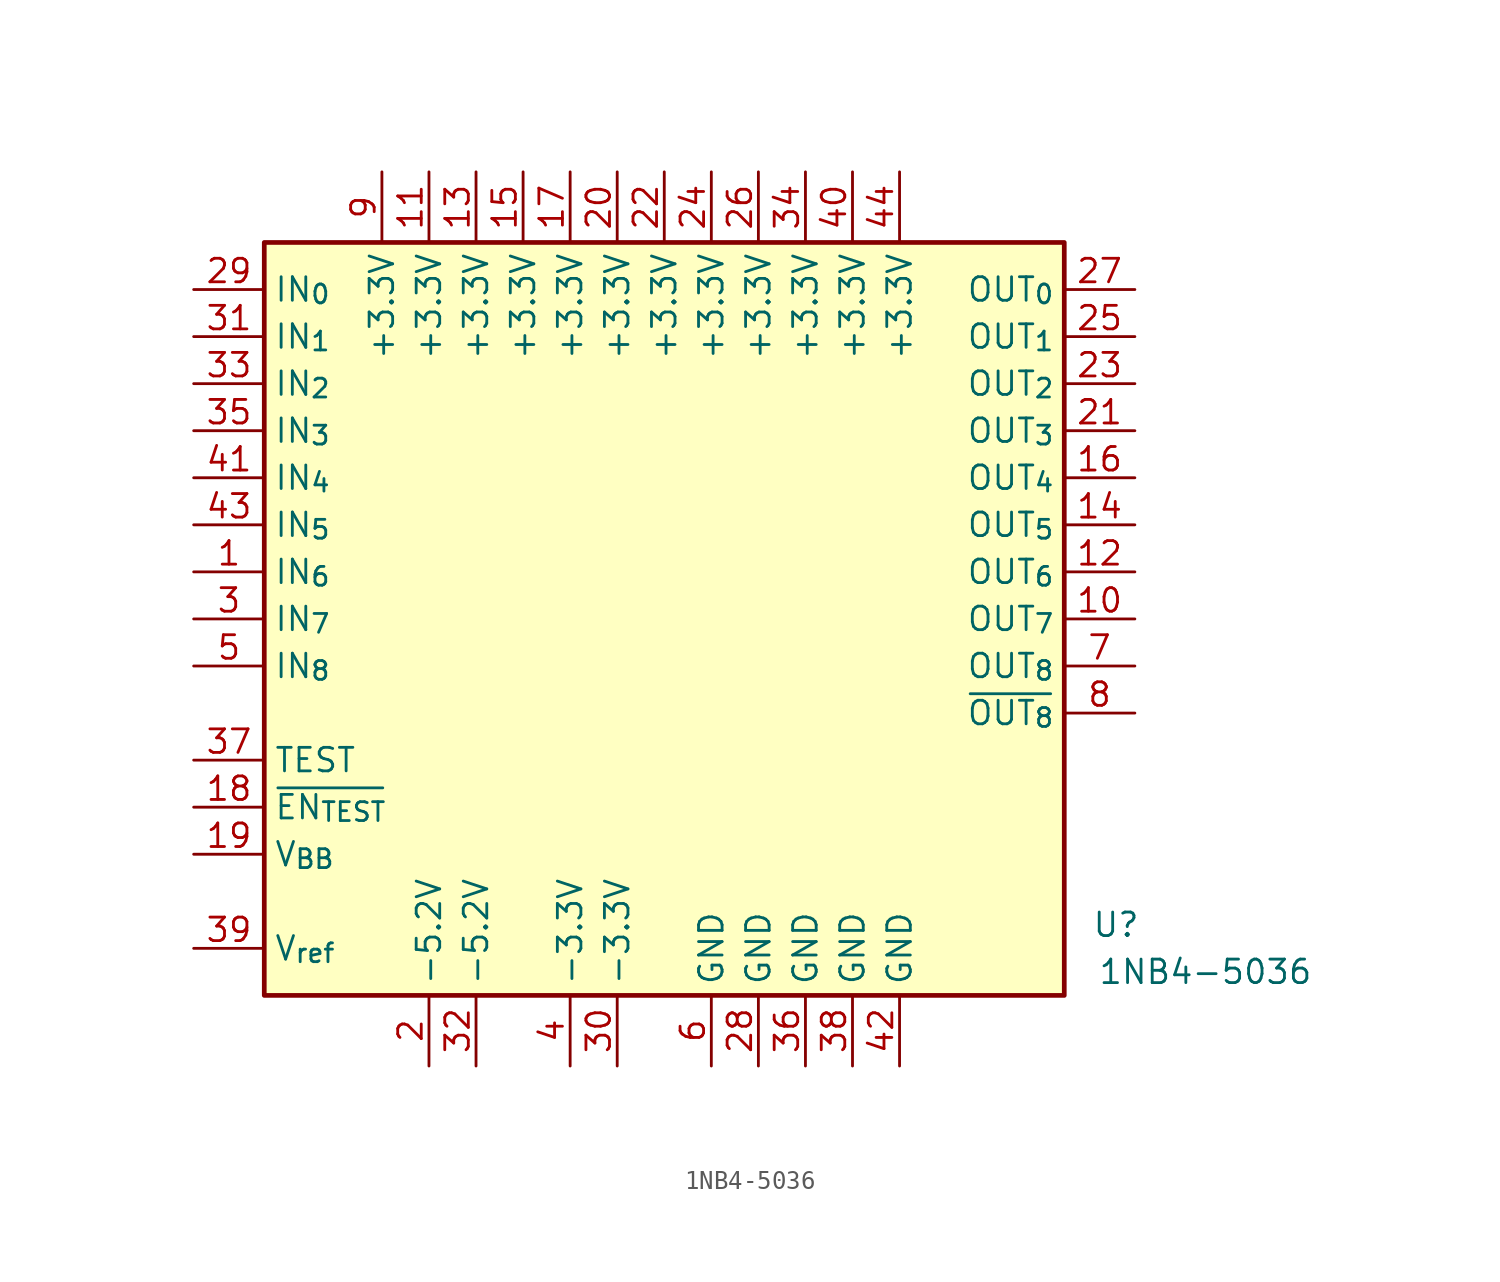
<source format=kicad_sym>
(kicad_symbol_lib
  (version 20231120)
  (generator "kicad_symbol_editor")
  (generator_version "8.0")
  (symbol "1NB4-5036"
    (property "Reference" "U"
      (at 24.384 -19.05 0)
      (effects (font (size 1.27 1.27))))
    (property "Value" "1NB4-5036"
      (at 29.21 -21.59 0)
      (effects (font (size 1.27 1.27))))
    (symbol "1NB4-5036_1_1"
      (rectangle (start -21.59 17.78) (end 21.59 -22.86) (stroke (width 0.254) (type default)) (fill (type background)))
      (pin input line (at -25.4 0 0) (length 3.81) (name "IN_{6}" (effects (font (size 1.27 1.27)))) (number "1" (effects (font (size 1.27 1.27)))))
      (pin output line (at 25.4 -2.54 180) (length 3.81) (name "OUT_{7}" (effects (font (size 1.27 1.27)))) (number "10" (effects (font (size 1.27 1.27)))))
      (pin power_in line (at -12.7 21.59 270) (length 3.81) (name "+3.3V" (effects (font (size 1.27 1.27)))) (number "11" (effects (font (size 1.27 1.27)))))
      (pin output line (at 25.4 0 180) (length 3.81) (name "OUT_{6}" (effects (font (size 1.27 1.27)))) (number "12" (effects (font (size 1.27 1.27)))))
      (pin power_in line (at -10.16 21.59 270) (length 3.81) (name "+3.3V" (effects (font (size 1.27 1.27)))) (number "13" (effects (font (size 1.27 1.27)))))
      (pin output line (at 25.4 2.54 180) (length 3.81) (name "OUT_{5}" (effects (font (size 1.27 1.27)))) (number "14" (effects (font (size 1.27 1.27)))))
      (pin power_in line (at -7.62 21.59 270) (length 3.81) (name "+3.3V" (effects (font (size 1.27 1.27)))) (number "15" (effects (font (size 1.27 1.27)))))
      (pin output line (at 25.4 5.08 180) (length 3.81) (name "OUT_{4}" (effects (font (size 1.27 1.27)))) (number "16" (effects (font (size 1.27 1.27)))))
      (pin power_in line (at -5.08 21.59 270) (length 3.81) (name "+3.3V" (effects (font (size 1.27 1.27)))) (number "17" (effects (font (size 1.27 1.27)))))
      (pin input line (at -25.4 -12.7 0) (length 3.81) (name "~{EN_{TEST}}" (effects (font (size 1.27 1.27)))) (number "18" (effects (font (size 1.27 1.27)))))
      (pin power_out line (at -25.4 -15.24 0) (length 3.81) (name "V_{BB}" (effects (font (size 1.27 1.27)))) (number "19" (effects (font (size 1.27 1.27)))))
      (pin power_in line (at -12.7 -26.67 90) (length 3.81) (name "-5.2V" (effects (font (size 1.27 1.27)))) (number "2" (effects (font (size 1.27 1.27)))))
      (pin power_in line (at -2.54 21.59 270) (length 3.81) (name "+3.3V" (effects (font (size 1.27 1.27)))) (number "20" (effects (font (size 1.27 1.27)))))
      (pin output line (at 25.4 7.62 180) (length 3.81) (name "OUT_{3}" (effects (font (size 1.27 1.27)))) (number "21" (effects (font (size 1.27 1.27)))))
      (pin power_in line (at 0 21.59 270) (length 3.81) (name "+3.3V" (effects (font (size 1.27 1.27)))) (number "22" (effects (font (size 1.27 1.27)))))
      (pin output line (at 25.4 10.16 180) (length 3.81) (name "OUT_{2}" (effects (font (size 1.27 1.27)))) (number "23" (effects (font (size 1.27 1.27)))))
      (pin power_in line (at 2.54 21.59 270) (length 3.81) (name "+3.3V" (effects (font (size 1.27 1.27)))) (number "24" (effects (font (size 1.27 1.27)))))
      (pin output line (at 25.4 12.7 180) (length 3.81) (name "OUT_{1}" (effects (font (size 1.27 1.27)))) (number "25" (effects (font (size 1.27 1.27)))))
      (pin power_in line (at 5.08 21.59 270) (length 3.81) (name "+3.3V" (effects (font (size 1.27 1.27)))) (number "26" (effects (font (size 1.27 1.27)))))
      (pin output line (at 25.4 15.24 180) (length 3.81) (name "OUT_{0}" (effects (font (size 1.27 1.27)))) (number "27" (effects (font (size 1.27 1.27)))))
      (pin power_in line (at 5.08 -26.67 90) (length 3.81) (name "GND" (effects (font (size 1.27 1.27)))) (number "28" (effects (font (size 1.27 1.27)))))
      (pin input line (at -25.4 15.24 0) (length 3.81) (name "IN_{0}" (effects (font (size 1.27 1.27)))) (number "29" (effects (font (size 1.27 1.27)))))
      (pin input line (at -25.4 -2.54 0) (length 3.81) (name "IN_{7}" (effects (font (size 1.27 1.27)))) (number "3" (effects (font (size 1.27 1.27)))))
      (pin power_in line (at -2.54 -26.67 90) (length 3.81) (name "-3.3V" (effects (font (size 1.27 1.27)))) (number "30" (effects (font (size 1.27 1.27)))))
      (pin input line (at -25.4 12.7 0) (length 3.81) (name "IN_{1}" (effects (font (size 1.27 1.27)))) (number "31" (effects (font (size 1.27 1.27)))))
      (pin power_in line (at -10.16 -26.67 90) (length 3.81) (name "-5.2V" (effects (font (size 1.27 1.27)))) (number "32" (effects (font (size 1.27 1.27)))))
      (pin input line (at -25.4 10.16 0) (length 3.81) (name "IN_{2}" (effects (font (size 1.27 1.27)))) (number "33" (effects (font (size 1.27 1.27)))))
      (pin power_in line (at 7.62 21.59 270) (length 3.81) (name "+3.3V" (effects (font (size 1.27 1.27)))) (number "34" (effects (font (size 1.27 1.27)))))
      (pin input line (at -25.4 7.62 0) (length 3.81) (name "IN_{3}" (effects (font (size 1.27 1.27)))) (number "35" (effects (font (size 1.27 1.27)))))
      (pin power_in line (at 7.62 -26.67 90) (length 3.81) (name "GND" (effects (font (size 1.27 1.27)))) (number "36" (effects (font (size 1.27 1.27)))))
      (pin input line (at -25.4 -10.16 0) (length 3.81) (name "TEST" (effects (font (size 1.27 1.27)))) (number "37" (effects (font (size 1.27 1.27)))))
      (pin power_in line (at 10.16 -26.67 90) (length 3.81) (name "GND" (effects (font (size 1.27 1.27)))) (number "38" (effects (font (size 1.27 1.27)))))
      (pin input line (at -25.4 -20.32 0) (length 3.81) (name "V_{ref}" (effects (font (size 1.27 1.27)))) (number "39" (effects (font (size 1.27 1.27)))))
      (pin power_in line (at -5.08 -26.67 90) (length 3.81) (name "-3.3V" (effects (font (size 1.27 1.27)))) (number "4" (effects (font (size 1.27 1.27)))))
      (pin power_in line (at 10.16 21.59 270) (length 3.81) (name "+3.3V" (effects (font (size 1.27 1.27)))) (number "40" (effects (font (size 1.27 1.27)))))
      (pin input line (at -25.4 5.08 0) (length 3.81) (name "IN_{4}" (effects (font (size 1.27 1.27)))) (number "41" (effects (font (size 1.27 1.27)))))
      (pin power_in line (at 12.7 -26.67 90) (length 3.81) (name "GND" (effects (font (size 1.27 1.27)))) (number "42" (effects (font (size 1.27 1.27)))))
      (pin input line (at -25.4 2.54 0) (length 3.81) (name "IN_{5}" (effects (font (size 1.27 1.27)))) (number "43" (effects (font (size 1.27 1.27)))))
      (pin power_in line (at 12.7 21.59 270) (length 3.81) (name "+3.3V" (effects (font (size 1.27 1.27)))) (number "44" (effects (font (size 1.27 1.27)))))
      (pin input line (at -25.4 -5.08 0) (length 3.81) (name "IN_{8}" (effects (font (size 1.27 1.27)))) (number "5" (effects (font (size 1.27 1.27)))))
      (pin power_in line (at 2.54 -26.67 90) (length 3.81) (name "GND" (effects (font (size 1.27 1.27)))) (number "6" (effects (font (size 1.27 1.27)))))
      (pin output line (at 25.4 -5.08 180) (length 3.81) (name "OUT_{8}" (effects (font (size 1.27 1.27)))) (number "7" (effects (font (size 1.27 1.27)))))
      (pin output line (at 25.4 -7.62 180) (length 3.81) (name "~{OUT_{8}}" (effects (font (size 1.27 1.27)))) (number "8" (effects (font (size 1.27 1.27)))))
      (pin power_in line (at -15.24 21.59 270) (length 3.81) (name "+3.3V" (effects (font (size 1.27 1.27)))) (number "9" (effects (font (size 1.27 1.27))))))))
</source>
